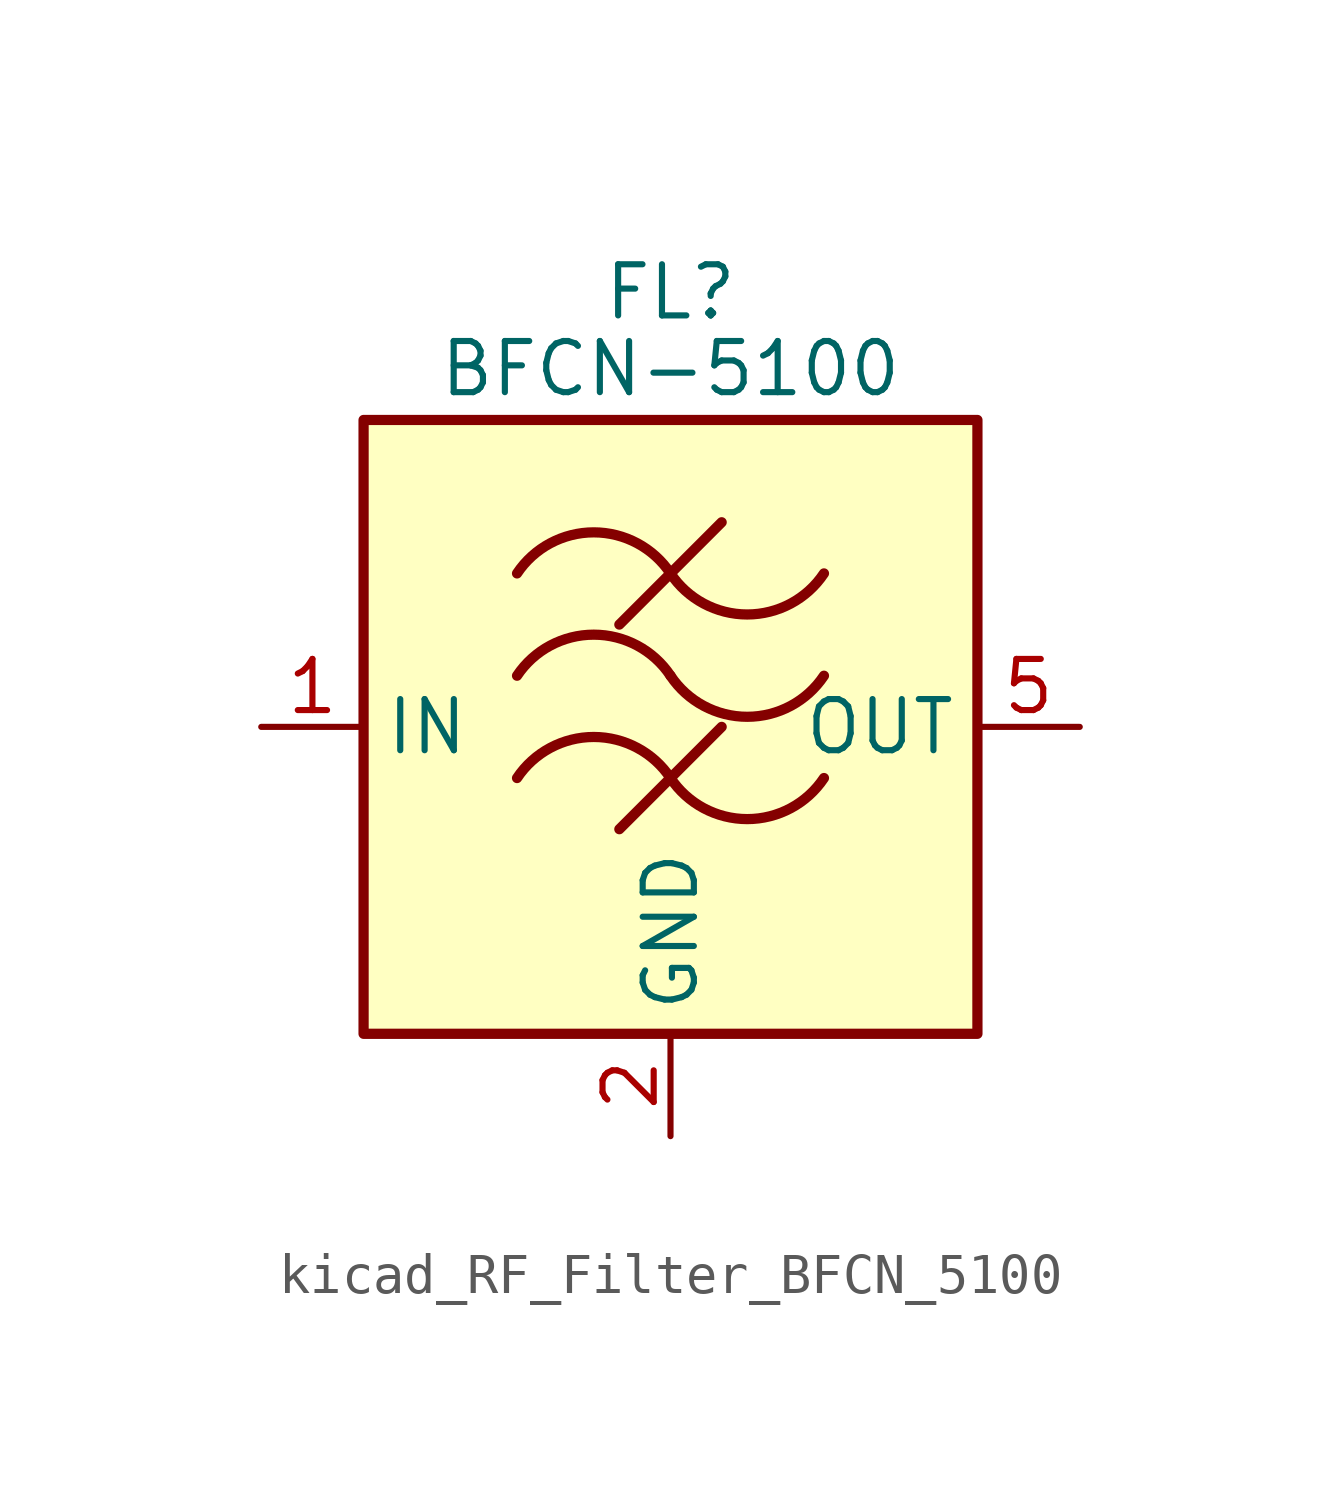
<source format=kicad_sym>
(kicad_symbol_lib
  (version 20220914)
  (generator kicad_symbol_editor)
  (symbol "kicad_RF_Filter_BFCN_5100"
    (property "Reference" "FL"
      (at 0 10.795 0)
      (effects (font (size 1.27 1.27))))
    (property "Value" "BFCN-5100"
      (at 0 8.89 0)
      (effects (font (size 1.27 1.27))))
    (symbol "kicad_RF_Filter_BFCN_5100_0_1"
      (rectangle (start -7.62 7.62) (end 7.62 -7.62) (stroke (width 0.254) (type default)) (fill (type background)))
      (arc (start 0 -1.27) (mid -1.905 -0.2505) (end -3.81 -1.27) (stroke (width 0.254) (type default)) (fill (type none)))
      (arc (start 0 -1.27) (mid 1.905 -2.2895) (end 3.81 -1.27) (stroke (width 0.254) (type default)) (fill (type none)))
      (polyline (pts (xy -1.27 -2.54) (xy 1.27 0)) (stroke (width 0.254) (type default)) (fill (type none)))
      (polyline (pts (xy -1.27 2.54) (xy 1.27 5.08)) (stroke (width 0.254) (type default)) (fill (type none)))
      (arc (start 0 1.27) (mid -1.905 2.2895) (end -3.81 1.27) (stroke (width 0.254) (type default)) (fill (type none)))
      (arc (start 0 1.27) (mid 1.905 0.2505) (end 3.81 1.27) (stroke (width 0.254) (type default)) (fill (type none)))
      (arc (start 0 3.81) (mid -1.905 4.8295) (end -3.81 3.81) (stroke (width 0.254) (type default)) (fill (type none)))
      (arc (start 0 3.81) (mid 1.905 2.7905) (end 3.81 3.81) (stroke (width 0.254) (type default)) (fill (type none))))
    (symbol "kicad_RF_Filter_BFCN_5100_1_1"
      (pin passive line (at -10.16 0 0) (length 2.54) (name "IN" (effects (font (size 1.27 1.27)))) (number "1" (effects (font (size 1.27 1.27)))))
      (pin passive line (at 0 -10.16 90) (length 2.54) (name "GND" (effects (font (size 1.27 1.27)))) (number "2" (effects (font (size 1.27 1.27)))))
      (pin passive line (at 0 -10.16 90) (length 2.54) hide (name "GND" (effects (font (size 1.27 1.27)))) (number "3" (effects (font (size 1.27 1.27)))))
      (pin passive line (at 0 -10.16 90) (length 2.54) hide (name "GND" (effects (font (size 1.27 1.27)))) (number "4" (effects (font (size 1.27 1.27)))))
      (pin passive line (at 10.16 0 180) (length 2.54) (name "OUT" (effects (font (size 1.27 1.27)))) (number "5" (effects (font (size 1.27 1.27)))))
      (pin passive line (at 0 -10.16 90) (length 2.54) hide (name "GND" (effects (font (size 1.27 1.27)))) (number "6" (effects (font (size 1.27 1.27)))))
      (pin passive line (at 0 -10.16 90) (length 2.54) hide (name "GND" (effects (font (size 1.27 1.27)))) (number "7" (effects (font (size 1.27 1.27)))))
      (pin passive line (at 0 -10.16 90) (length 2.54) hide (name "GND" (effects (font (size 1.27 1.27)))) (number "8" (effects (font (size 1.27 1.27))))))))
</source>
